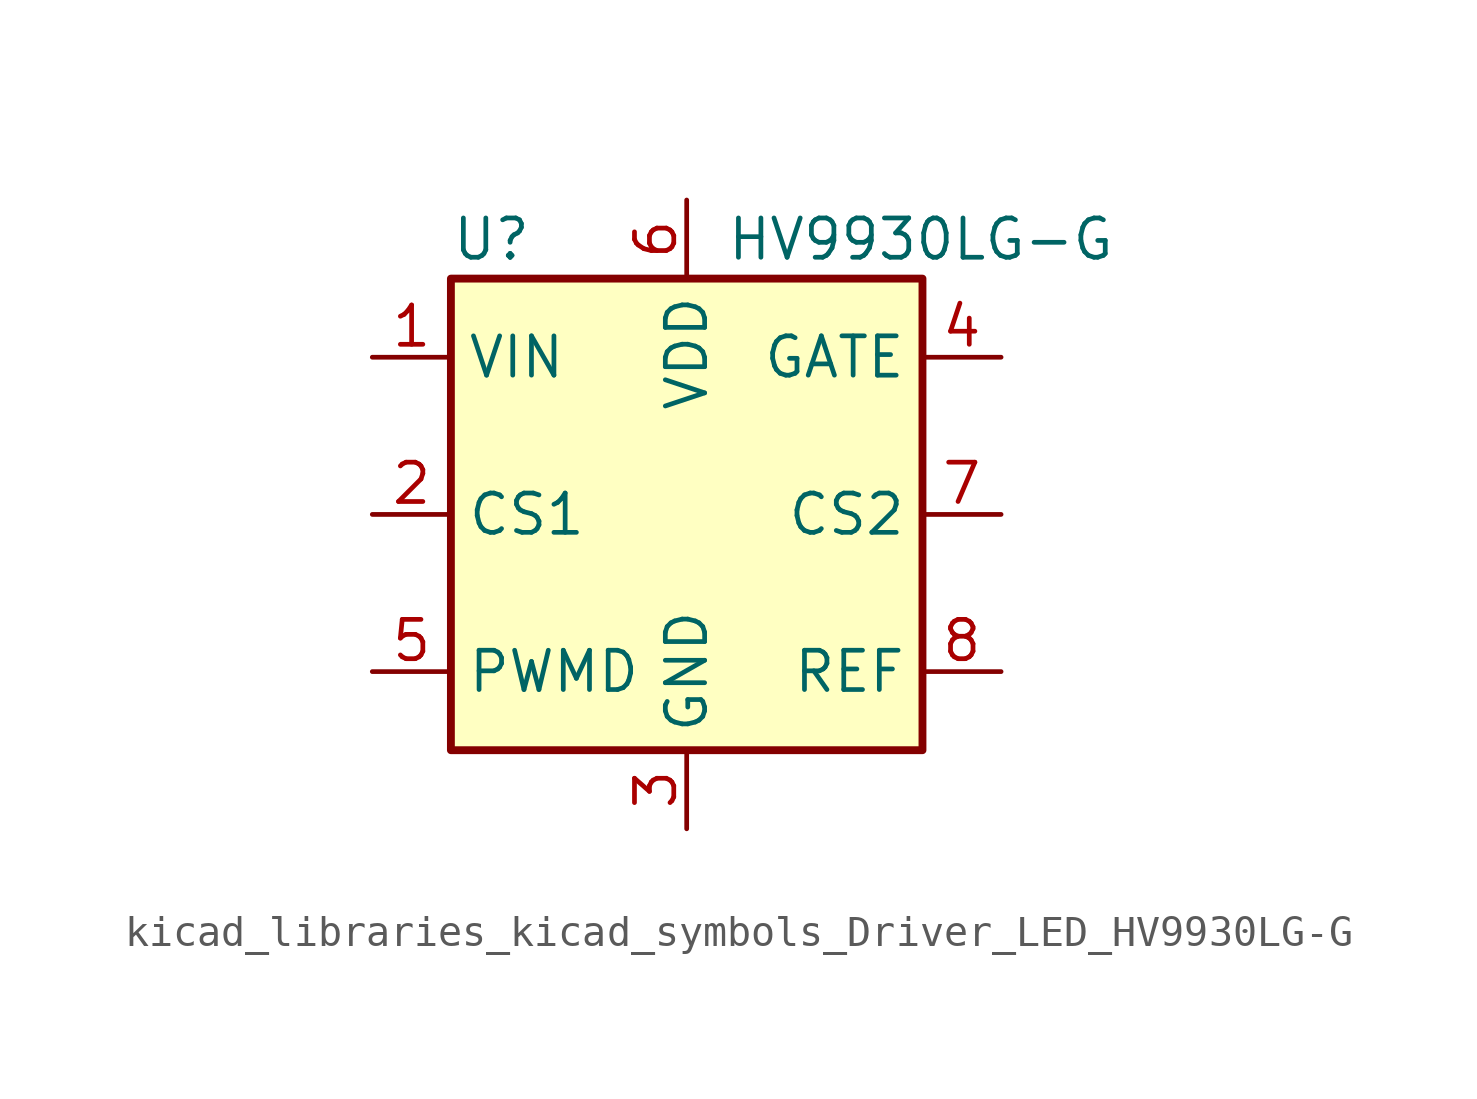
<source format=kicad_sym>
(kicad_symbol_lib
  (version 20220914)
  (generator kicad_symbol_editor)
  (symbol "kicad_libraries_kicad_symbols_Driver_LED_HV9930LG-G"
    (property "Reference" "U"
      (at -7.62 8.89 0)
      (effects (font (size 1.27 1.27)) (justify left)))
    (property "Value" "HV9930LG-G"
      (at 1.27 8.89 0)
      (effects (font (size 1.27 1.27)) (justify left)))
    (symbol "kicad_libraries_kicad_symbols_Driver_LED_HV9930LG-G_0_1"
      (rectangle (start -7.62 7.62) (end 7.62 -7.62) (stroke (width 0.254) (type default)) (fill (type background))))
    (symbol "kicad_libraries_kicad_symbols_Driver_LED_HV9930LG-G_1_1"
      (pin power_in line (at -10.16 5.08 0) (length 2.54) (name "VIN" (effects (font (size 1.27 1.27)))) (number "1" (effects (font (size 1.27 1.27)))))
      (pin input line (at -10.16 0 0) (length 2.54) (name "CS1" (effects (font (size 1.27 1.27)))) (number "2" (effects (font (size 1.27 1.27)))))
      (pin power_in line (at 0 -10.16 90) (length 2.54) (name "GND" (effects (font (size 1.27 1.27)))) (number "3" (effects (font (size 1.27 1.27)))))
      (pin output line (at 10.16 5.08 180) (length 2.54) (name "GATE" (effects (font (size 1.27 1.27)))) (number "4" (effects (font (size 1.27 1.27)))))
      (pin output line (at -10.16 -5.08 0) (length 2.54) (name "PWMD" (effects (font (size 1.27 1.27)))) (number "5" (effects (font (size 1.27 1.27)))))
      (pin power_out line (at 0 10.16 270) (length 2.54) (name "VDD" (effects (font (size 1.27 1.27)))) (number "6" (effects (font (size 1.27 1.27)))))
      (pin input line (at 10.16 0 180) (length 2.54) (name "CS2" (effects (font (size 1.27 1.27)))) (number "7" (effects (font (size 1.27 1.27)))))
      (pin input line (at 10.16 -5.08 180) (length 2.54) (name "REF" (effects (font (size 1.27 1.27)))) (number "8" (effects (font (size 1.27 1.27))))))))
</source>
